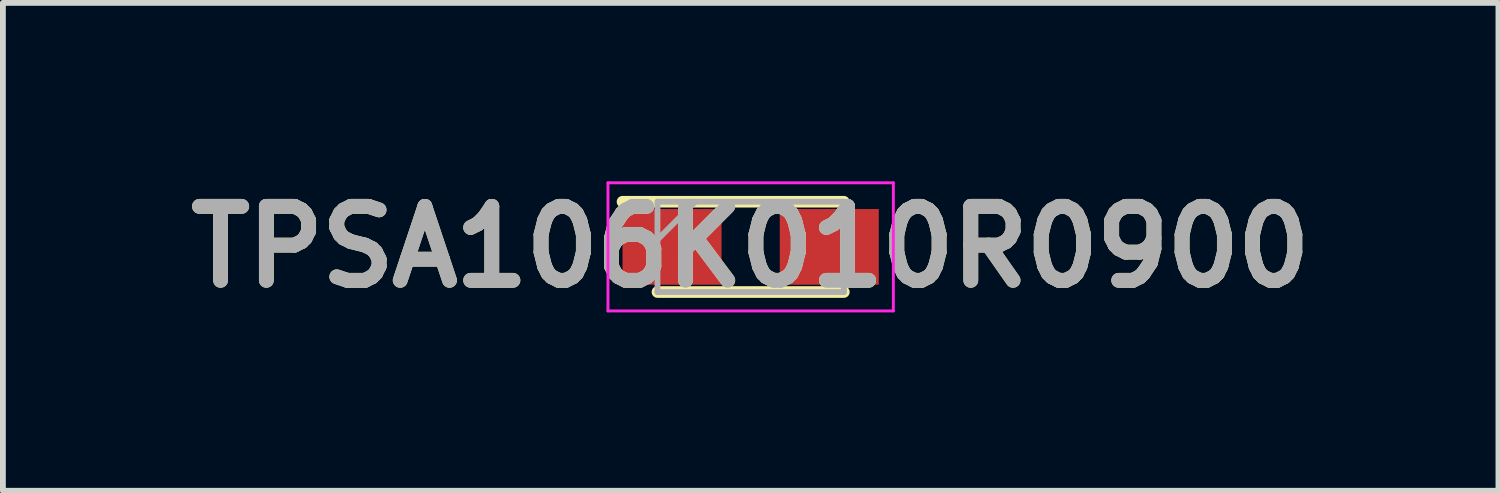
<source format=kicad_pcb>
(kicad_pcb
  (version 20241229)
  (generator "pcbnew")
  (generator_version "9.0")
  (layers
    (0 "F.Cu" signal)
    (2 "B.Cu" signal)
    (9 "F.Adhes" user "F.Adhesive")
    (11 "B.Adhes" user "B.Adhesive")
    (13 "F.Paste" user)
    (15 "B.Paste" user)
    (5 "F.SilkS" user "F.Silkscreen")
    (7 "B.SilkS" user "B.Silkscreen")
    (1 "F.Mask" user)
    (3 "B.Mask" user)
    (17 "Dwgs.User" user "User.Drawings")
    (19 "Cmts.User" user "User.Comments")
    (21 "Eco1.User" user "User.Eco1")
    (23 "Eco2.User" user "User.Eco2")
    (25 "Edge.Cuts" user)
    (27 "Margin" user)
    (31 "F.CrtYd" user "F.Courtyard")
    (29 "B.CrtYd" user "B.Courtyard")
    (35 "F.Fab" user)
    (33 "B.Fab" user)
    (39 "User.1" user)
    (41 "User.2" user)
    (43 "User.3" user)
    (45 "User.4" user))
  (footprint "TPSA106K010R0900"
    (layer "F.Cu")
    (at 9.839 1.189)
    (property "Reference" "TPSA106K010R0900" (at 0 0 0) (layer "F.SilkS") (effects (font (size 1.27 1.27) (thickness 0.254))))
    (attr smd)
    (fp_line (start -1.6 0.775) (end 1.6 0.775) (stroke (width 0.2) (type solid)) (layer "F.SilkS"))
    (fp_line (start 1.6 -0.775) (end -2.2 -0.775) (stroke (width 0.2) (type solid)) (layer "F.SilkS"))
    (fp_line (start -2.45 -1.1) (end 2.45 -1.1) (stroke (width 0.05) (type solid)) (layer "F.CrtYd"))
    (fp_line (start -2.45 1.1) (end -2.45 -1.1) (stroke (width 0.05) (type solid)) (layer "F.CrtYd"))
    (fp_line (start 2.45 -1.1) (end 2.45 1.1) (stroke (width 0.05) (type solid)) (layer "F.CrtYd"))
    (fp_line (start 2.45 1.1) (end -2.45 1.1) (stroke (width 0.05) (type solid)) (layer "F.CrtYd"))
    (fp_line (start -1.6 -0.775) (end 1.6 -0.775) (stroke (width 0.1) (type solid)) (layer "F.Fab"))
    (fp_line (start -1.6 -0.125) (end -0.95 -0.775) (stroke (width 0.1) (type solid)) (layer "F.Fab"))
    (fp_line (start -1.6 0.775) (end -1.6 -0.775) (stroke (width 0.1) (type solid)) (layer "F.Fab"))
    (fp_line (start 1.6 -0.775) (end 1.6 0.775) (stroke (width 0.1) (type solid)) (layer "F.Fab"))
    (fp_line (start 1.6 0.775) (end -1.6 0.775) (stroke (width 0.1) (type solid)) (layer "F.Fab"))
    (fp_text user "${REFERENCE}" (at 0 0 0) (layer "F.Fab") (effects (font (size 1.27 1.27) (thickness 0.254))))
    (pad "1" smd rect (at -1.35 0 90) (size 1.3 1.7) (layers "F.Cu" "F.Mask" "F.Paste"))
    (pad "2" smd rect (at 1.35 0 90) (size 1.3 1.7) (layers "F.Cu" "F.Mask" "F.Paste")))
  (gr_rect
    (start -3 -3)
    (end 22.679 5.377)
    (stroke (width 0.1) (type default))
    (fill no)
    (layer "Edge.Cuts")))
</source>
